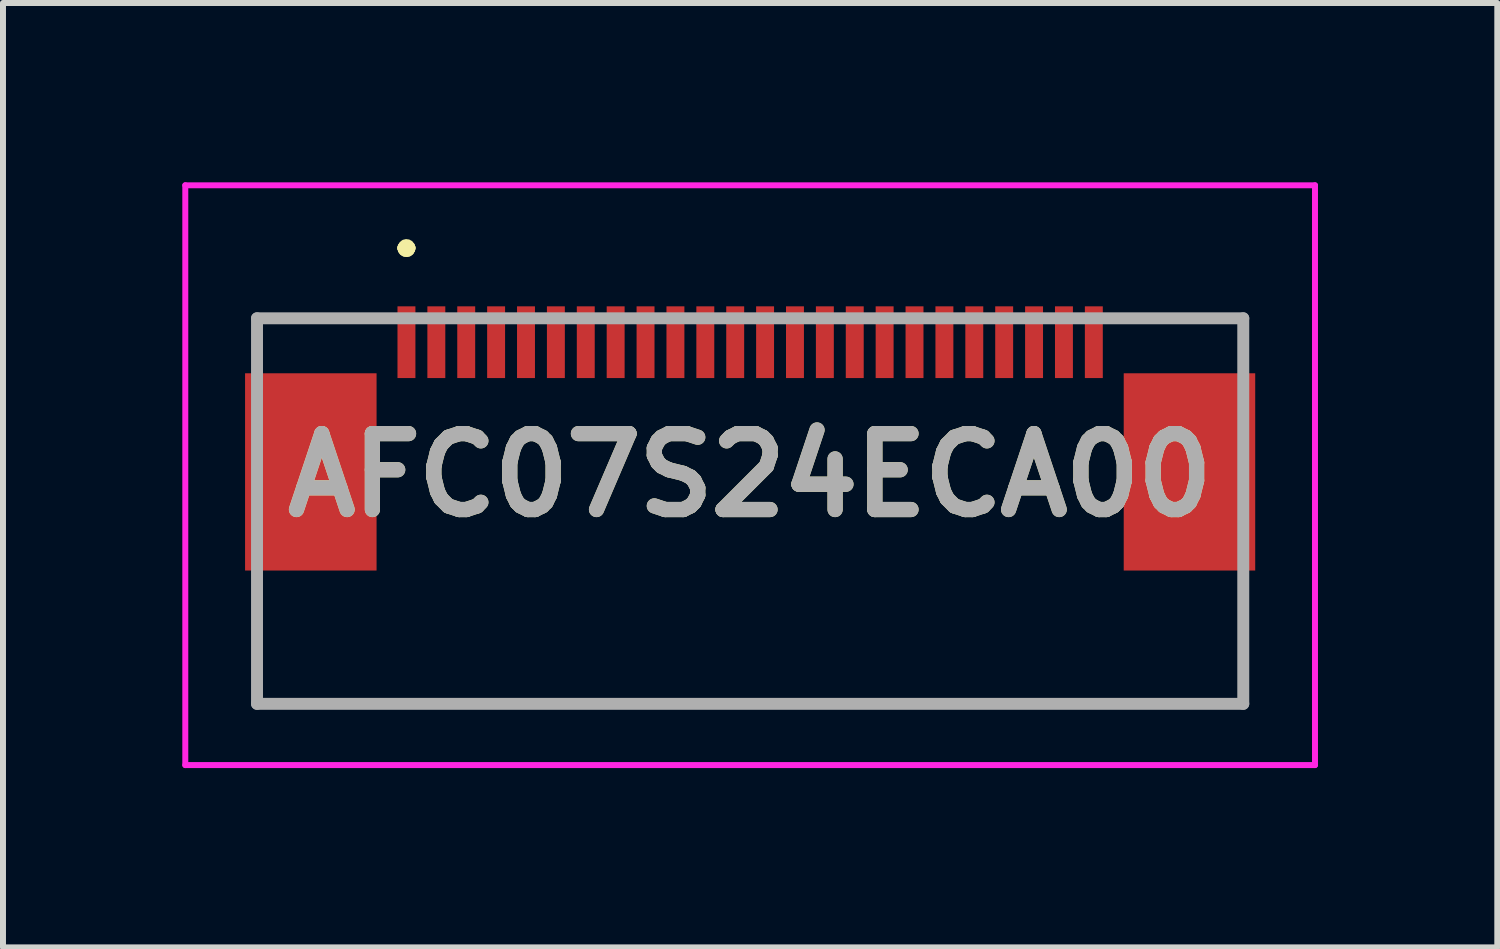
<source format=kicad_pcb>
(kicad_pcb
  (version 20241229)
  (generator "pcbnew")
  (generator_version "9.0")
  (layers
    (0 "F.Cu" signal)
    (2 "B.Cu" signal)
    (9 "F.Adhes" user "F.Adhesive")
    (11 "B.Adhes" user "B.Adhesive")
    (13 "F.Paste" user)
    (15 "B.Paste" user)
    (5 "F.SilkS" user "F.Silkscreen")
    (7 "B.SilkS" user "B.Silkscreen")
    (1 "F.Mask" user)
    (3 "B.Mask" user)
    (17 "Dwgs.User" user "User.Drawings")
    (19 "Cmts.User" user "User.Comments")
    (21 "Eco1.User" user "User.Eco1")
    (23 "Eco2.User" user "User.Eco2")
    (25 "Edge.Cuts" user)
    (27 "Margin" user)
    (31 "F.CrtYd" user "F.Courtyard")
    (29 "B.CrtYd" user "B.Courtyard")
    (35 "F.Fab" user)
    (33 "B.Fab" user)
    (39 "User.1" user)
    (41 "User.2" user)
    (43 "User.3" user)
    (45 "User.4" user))
  (footprint "AFC07S24ECA00"
    (layer "F.Cu")
    (at 9.5 5.5)
    (property "Reference" "AFC07S24ECA00" (at 0 -0.6 0) (layer "F.SilkS") (effects (font (size 1.27 1.27) (thickness 0.254))))
    (attr smd)
    (fp_line (start -8.25 -3.225) (end -8.25 -3.225) (stroke (width 0.1) (type solid)) (layer "F.SilkS"))
    (fp_line (start -8.25 -3.225) (end -8.25 -3.225) (stroke (width 0.1) (type solid)) (layer "F.SilkS"))
    (fp_line (start -8.25 -3.225) (end -8.25 -2.75) (stroke (width 0.1) (type solid)) (layer "F.SilkS"))
    (fp_line (start -8.25 -3.225) (end -6.25 -3.225) (stroke (width 0.1) (type solid)) (layer "F.SilkS"))
    (fp_line (start -8.25 -2.75) (end -8.25 -3.225) (stroke (width 0.1) (type solid)) (layer "F.SilkS"))
    (fp_line (start -8.25 -2.75) (end -8.25 -2.75) (stroke (width 0.1) (type solid)) (layer "F.SilkS"))
    (fp_line (start -8.25 1.5) (end -8.25 1.5) (stroke (width 0.1) (type solid)) (layer "F.SilkS"))
    (fp_line (start -8.25 1.5) (end -8.25 3.25) (stroke (width 0.1) (type solid)) (layer "F.SilkS"))
    (fp_line (start -8.25 3.25) (end -8.25 1.5) (stroke (width 0.1) (type solid)) (layer "F.SilkS"))
    (fp_line (start -8.25 3.25) (end -8.25 3.25) (stroke (width 0.1) (type solid)) (layer "F.SilkS"))
    (fp_line (start -8.25 3.25) (end -8.25 3.25) (stroke (width 0.1) (type solid)) (layer "F.SilkS"))
    (fp_line (start -8.25 3.25) (end 8.25 3.25) (stroke (width 0.1) (type solid)) (layer "F.SilkS"))
    (fp_line (start -6.25 -3.225) (end -8.25 -3.225) (stroke (width 0.1) (type solid)) (layer "F.SilkS"))
    (fp_line (start -6.25 -3.225) (end -6.25 -3.225) (stroke (width 0.1) (type solid)) (layer "F.SilkS"))
    (fp_line (start -5.8 -4.4) (end -5.8 -4.4) (stroke (width 0.2) (type solid)) (layer "F.SilkS"))
    (fp_line (start -5.8 -4.4) (end -5.8 -4.4) (stroke (width 0.2) (type solid)) (layer "F.SilkS"))
    (fp_line (start -5.7 -4.4) (end -5.7 -4.4) (stroke (width 0.2) (type solid)) (layer "F.SilkS"))
    (fp_line (start 6.25 -3.225) (end 6.25 -3.225) (stroke (width 0.1) (type solid)) (layer "F.SilkS"))
    (fp_line (start 6.25 -3.225) (end 8.25 -3.225) (stroke (width 0.1) (type solid)) (layer "F.SilkS"))
    (fp_line (start 8.25 -3.225) (end 6.25 -3.225) (stroke (width 0.1) (type solid)) (layer "F.SilkS"))
    (fp_line (start 8.25 -3.225) (end 8.25 -3.225) (stroke (width 0.1) (type solid)) (layer "F.SilkS"))
    (fp_line (start 8.25 -3.225) (end 8.25 -3.225) (stroke (width 0.1) (type solid)) (layer "F.SilkS"))
    (fp_line (start 8.25 -3.225) (end 8.25 -2.75) (stroke (width 0.1) (type solid)) (layer "F.SilkS"))
    (fp_line (start 8.25 -2.75) (end 8.25 -3.225) (stroke (width 0.1) (type solid)) (layer "F.SilkS"))
    (fp_line (start 8.25 -2.75) (end 8.25 -2.75) (stroke (width 0.1) (type solid)) (layer "F.SilkS"))
    (fp_line (start 8.25 1.5) (end 8.25 1.5) (stroke (width 0.1) (type solid)) (layer "F.SilkS"))
    (fp_line (start 8.25 1.5) (end 8.25 3.25) (stroke (width 0.1) (type solid)) (layer "F.SilkS"))
    (fp_line (start 8.25 3.25) (end -8.25 3.25) (stroke (width 0.1) (type solid)) (layer "F.SilkS"))
    (fp_line (start 8.25 3.25) (end 8.25 1.5) (stroke (width 0.1) (type solid)) (layer "F.SilkS"))
    (fp_line (start 8.25 3.25) (end 8.25 3.25) (stroke (width 0.1) (type solid)) (layer "F.SilkS"))
    (fp_line (start 8.25 3.25) (end 8.25 3.25) (stroke (width 0.1) (type solid)) (layer "F.SilkS"))
    (fp_arc (start -5.8 -4.4) (mid -5.75 -4.45) (end -5.7 -4.4) (stroke (width 0.2) (type solid)) (layer "F.SilkS"))
    (fp_arc (start -5.7 -4.4) (mid -5.75 -4.35) (end -5.8 -4.4) (stroke (width 0.2) (type solid)) (layer "F.SilkS"))
    (fp_arc (start -5.7 -4.4) (mid -5.75 -4.35) (end -5.8 -4.4) (stroke (width 0.2) (type solid)) (layer "F.SilkS"))
    (fp_line (start -9.45 -5.45) (end 9.45 -5.45) (stroke (width 0.1) (type solid)) (layer "F.CrtYd"))
    (fp_line (start -9.45 4.25) (end -9.45 -5.45) (stroke (width 0.1) (type solid)) (layer "F.CrtYd"))
    (fp_line (start 9.45 -5.45) (end 9.45 4.25) (stroke (width 0.1) (type solid)) (layer "F.CrtYd"))
    (fp_line (start 9.45 4.25) (end -9.45 4.25) (stroke (width 0.1) (type solid)) (layer "F.CrtYd"))
    (fp_line (start -8.25 -3.225) (end -8.25 3.225) (stroke (width 0.2) (type solid)) (layer "F.Fab"))
    (fp_line (start -8.25 3.225) (end 8.25 3.225) (stroke (width 0.2) (type solid)) (layer "F.Fab"))
    (fp_line (start 8.25 -3.225) (end -8.25 -3.225) (stroke (width 0.2) (type solid)) (layer "F.Fab"))
    (fp_line (start 8.25 3.225) (end 8.25 -3.225) (stroke (width 0.2) (type solid)) (layer "F.Fab"))
    (fp_text user "${REFERENCE}" (at 0 -0.6 0) (layer "F.Fab") (effects (font (size 1.27 1.27) (thickness 0.254))))
    (pad "1" smd rect (at -5.75 -2.825) (size 0.3 1.2) (layers "F.Cu" "F.Mask" "F.Paste"))
    (pad "2" smd rect (at -5.25 -2.825) (size 0.3 1.2) (layers "F.Cu" "F.Mask" "F.Paste"))
    (pad "3" smd rect (at -4.75 -2.825) (size 0.3 1.2) (layers "F.Cu" "F.Mask" "F.Paste"))
    (pad "4" smd rect (at -4.25 -2.825) (size 0.3 1.2) (layers "F.Cu" "F.Mask" "F.Paste"))
    (pad "5" smd rect (at -3.75 -2.825) (size 0.3 1.2) (layers "F.Cu" "F.Mask" "F.Paste"))
    (pad "6" smd rect (at -3.25 -2.825) (size 0.3 1.2) (layers "F.Cu" "F.Mask" "F.Paste"))
    (pad "7" smd rect (at -2.75 -2.825) (size 0.3 1.2) (layers "F.Cu" "F.Mask" "F.Paste"))
    (pad "8" smd rect (at -2.25 -2.825) (size 0.3 1.2) (layers "F.Cu" "F.Mask" "F.Paste"))
    (pad "9" smd rect (at -1.75 -2.825) (size 0.3 1.2) (layers "F.Cu" "F.Mask" "F.Paste"))
    (pad "10" smd rect (at -1.25 -2.825) (size 0.3 1.2) (layers "F.Cu" "F.Mask" "F.Paste"))
    (pad "11" smd rect (at -0.75 -2.825) (size 0.3 1.2) (layers "F.Cu" "F.Mask" "F.Paste"))
    (pad "12" smd rect (at -0.25 -2.825) (size 0.3 1.2) (layers "F.Cu" "F.Mask" "F.Paste"))
    (pad "13" smd rect (at 0.25 -2.825) (size 0.3 1.2) (layers "F.Cu" "F.Mask" "F.Paste"))
    (pad "14" smd rect (at 0.75 -2.825) (size 0.3 1.2) (layers "F.Cu" "F.Mask" "F.Paste"))
    (pad "15" smd rect (at 1.25 -2.825) (size 0.3 1.2) (layers "F.Cu" "F.Mask" "F.Paste"))
    (pad "16" smd rect (at 1.75 -2.825) (size 0.3 1.2) (layers "F.Cu" "F.Mask" "F.Paste"))
    (pad "17" smd rect (at 2.25 -2.825) (size 0.3 1.2) (layers "F.Cu" "F.Mask" "F.Paste"))
    (pad "18" smd rect (at 2.75 -2.825) (size 0.3 1.2) (layers "F.Cu" "F.Mask" "F.Paste"))
    (pad "19" smd rect (at 3.25 -2.825) (size 0.3 1.2) (layers "F.Cu" "F.Mask" "F.Paste"))
    (pad "20" smd rect (at 3.75 -2.825) (size 0.3 1.2) (layers "F.Cu" "F.Mask" "F.Paste"))
    (pad "21" smd rect (at 4.25 -2.825) (size 0.3 1.2) (layers "F.Cu" "F.Mask" "F.Paste"))
    (pad "22" smd rect (at 4.75 -2.825) (size 0.3 1.2) (layers "F.Cu" "F.Mask" "F.Paste"))
    (pad "23" smd rect (at 5.25 -2.825) (size 0.3 1.2) (layers "F.Cu" "F.Mask" "F.Paste"))
    (pad "24" smd rect (at 5.75 -2.825) (size 0.3 1.2) (layers "F.Cu" "F.Mask" "F.Paste"))
    (pad "MP1" smd rect (at -7.35 -0.655) (size 2.2 3.3) (layers "F.Cu" "F.Mask" "F.Paste"))
    (pad "MP2" smd rect (at 7.35 -0.655) (size 2.2 3.3) (layers "F.Cu" "F.Mask" "F.Paste")))
  (gr_rect
    (start -3 -3)
    (end 22 12.8)
    (stroke (width 0.1) (type default))
    (fill no)
    (layer "Edge.Cuts")))
</source>
